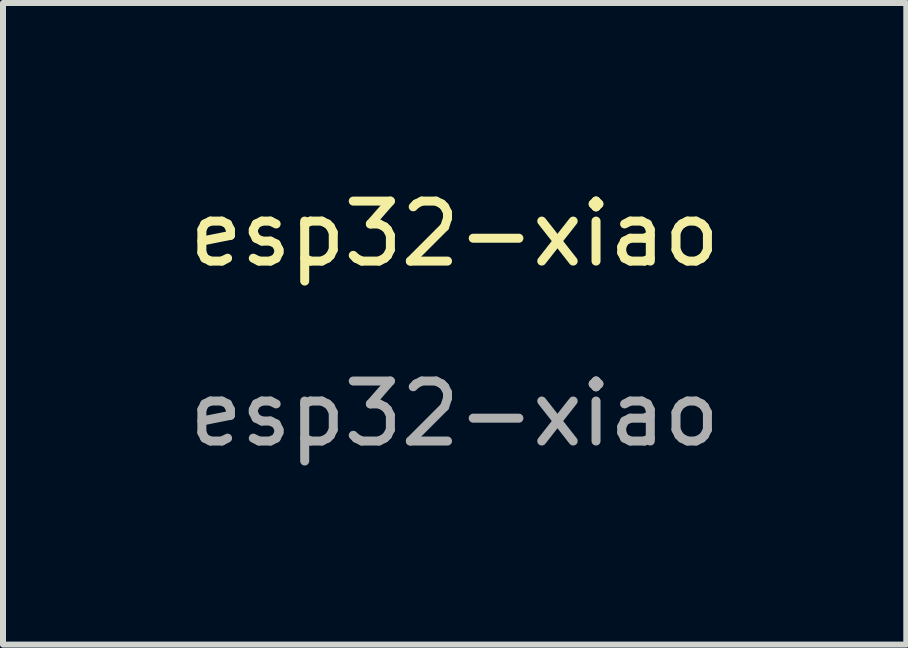
<source format=kicad_pcb>
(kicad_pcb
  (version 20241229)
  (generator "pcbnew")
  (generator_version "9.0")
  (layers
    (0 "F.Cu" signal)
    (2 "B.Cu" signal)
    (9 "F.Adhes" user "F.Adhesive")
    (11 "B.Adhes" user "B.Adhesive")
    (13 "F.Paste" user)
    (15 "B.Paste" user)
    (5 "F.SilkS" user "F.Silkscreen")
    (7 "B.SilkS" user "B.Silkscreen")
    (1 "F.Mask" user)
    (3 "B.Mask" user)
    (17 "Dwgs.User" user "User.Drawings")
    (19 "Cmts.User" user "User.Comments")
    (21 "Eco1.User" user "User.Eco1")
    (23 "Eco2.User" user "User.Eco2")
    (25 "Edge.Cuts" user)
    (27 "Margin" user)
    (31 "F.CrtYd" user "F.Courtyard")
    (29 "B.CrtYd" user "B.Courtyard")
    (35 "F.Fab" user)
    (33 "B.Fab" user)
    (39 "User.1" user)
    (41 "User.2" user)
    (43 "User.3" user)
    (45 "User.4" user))
  (footprint "esp32-xiao"
    (layer "F.Cu")
    (at 4.53 1.348)
    (property "Reference" "esp32-xiao" (at 0 -0.5 0) (unlocked yes) (layer "F.SilkS") (effects (font (size 1 1) (thickness 0.15))))
    (attr smd)
    (fp_text user "${REFERENCE}" (at 0 2.5 0) (unlocked yes) (layer "F.Fab") (effects (font (size 1 1) (thickness 0.15)))))
  (gr_rect
    (start -3 -3)
    (end 12.06 7.697)
    (stroke (width 0.1) (type default))
    (fill no)
    (layer "Edge.Cuts")))
</source>
